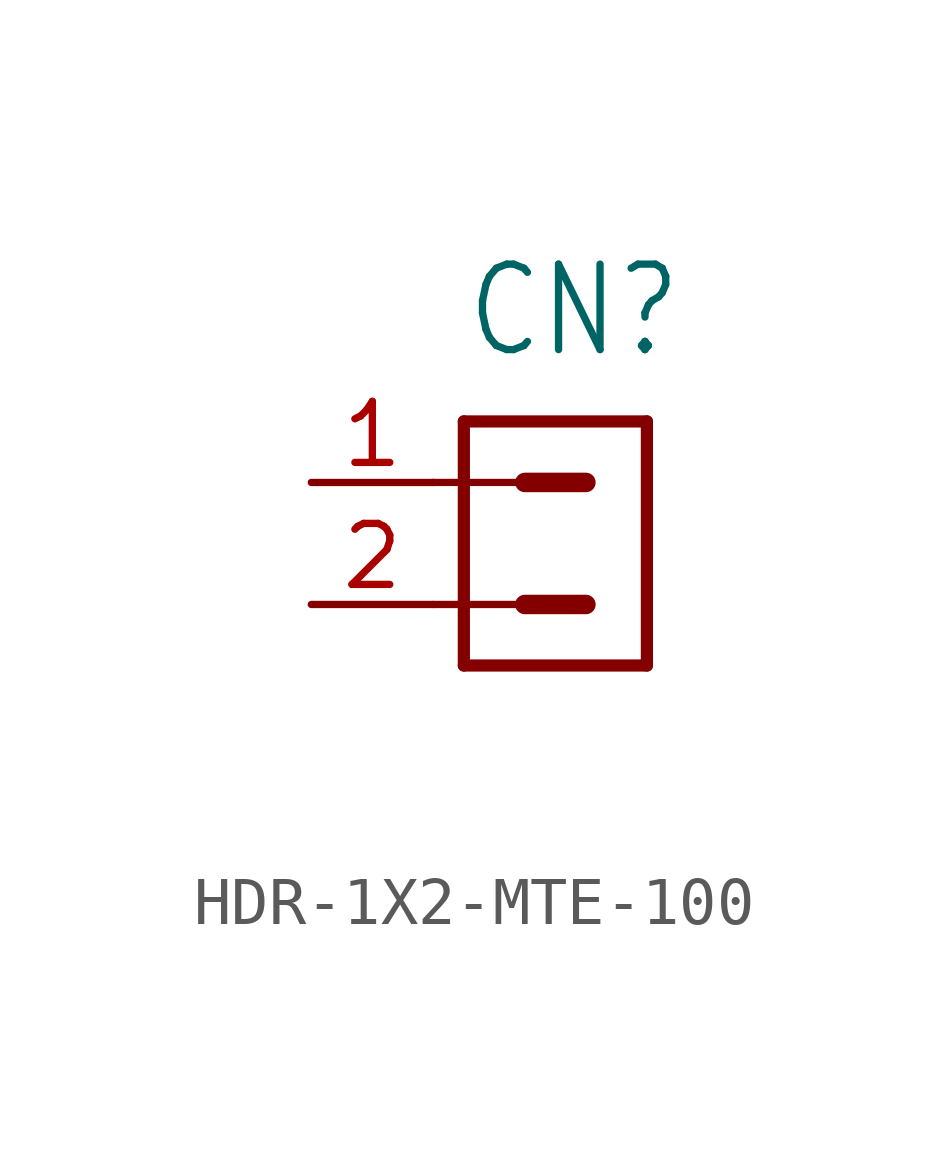
<source format=kicad_sym>
(kicad_symbol_lib
  (version 20220914)
  (generator kicad_symbol_editor)
  (symbol "HDR-1X2-MTE-100"
    (property "Reference" "CN"
      (at -1.905 2.54 0)
      (effects (font (size 1.778 1.511)) (justify left bottom)))
    (property "Value" ""
      (at -1.905 -6.668 0)
      (effects (font (size 1.778 1.511)) (justify left bottom)))
    (property "ki_locked" ""
      (at 0 0 0)
      (effects (font (size 1.27 1.27))))
    (symbol "HDR-1X2-MTE-100_1_0"
      (polyline (pts (xy -2.54 -2.54) (xy -0.635 -2.54)) (stroke (width 0.152) (type solid)) (fill (type none)))
      (polyline (pts (xy -2.54 0) (xy -0.635 0)) (stroke (width 0.152) (type solid)) (fill (type none)))
      (polyline (pts (xy -1.905 -3.81) (xy -1.905 1.27)) (stroke (width 0.254) (type solid)) (fill (type none)))
      (polyline (pts (xy -1.905 -3.81) (xy 1.905 -3.81)) (stroke (width 0.254) (type solid)) (fill (type none)))
      (polyline (pts (xy -0.635 -2.54) (xy 0.635 -2.54)) (stroke (width 0.406) (type solid)) (fill (type none)))
      (polyline (pts (xy -0.635 0) (xy 0.635 0)) (stroke (width 0.406) (type solid)) (fill (type none)))
      (polyline (pts (xy 1.905 1.27) (xy -1.905 1.27)) (stroke (width 0.254) (type solid)) (fill (type none)))
      (polyline (pts (xy 1.905 1.27) (xy 1.905 -3.81)) (stroke (width 0.254) (type solid)) (fill (type none)))
      (pin passive line (at -5.08 0 0) (length 2.54) (name "1" (effects (font (size 0 0)))) (number "1" (effects (font (size 1.27 1.27)))))
      (pin passive line (at -5.08 -2.54 0) (length 2.54) (name "2" (effects (font (size 0 0)))) (number "2" (effects (font (size 1.27 1.27))))))))
</source>
